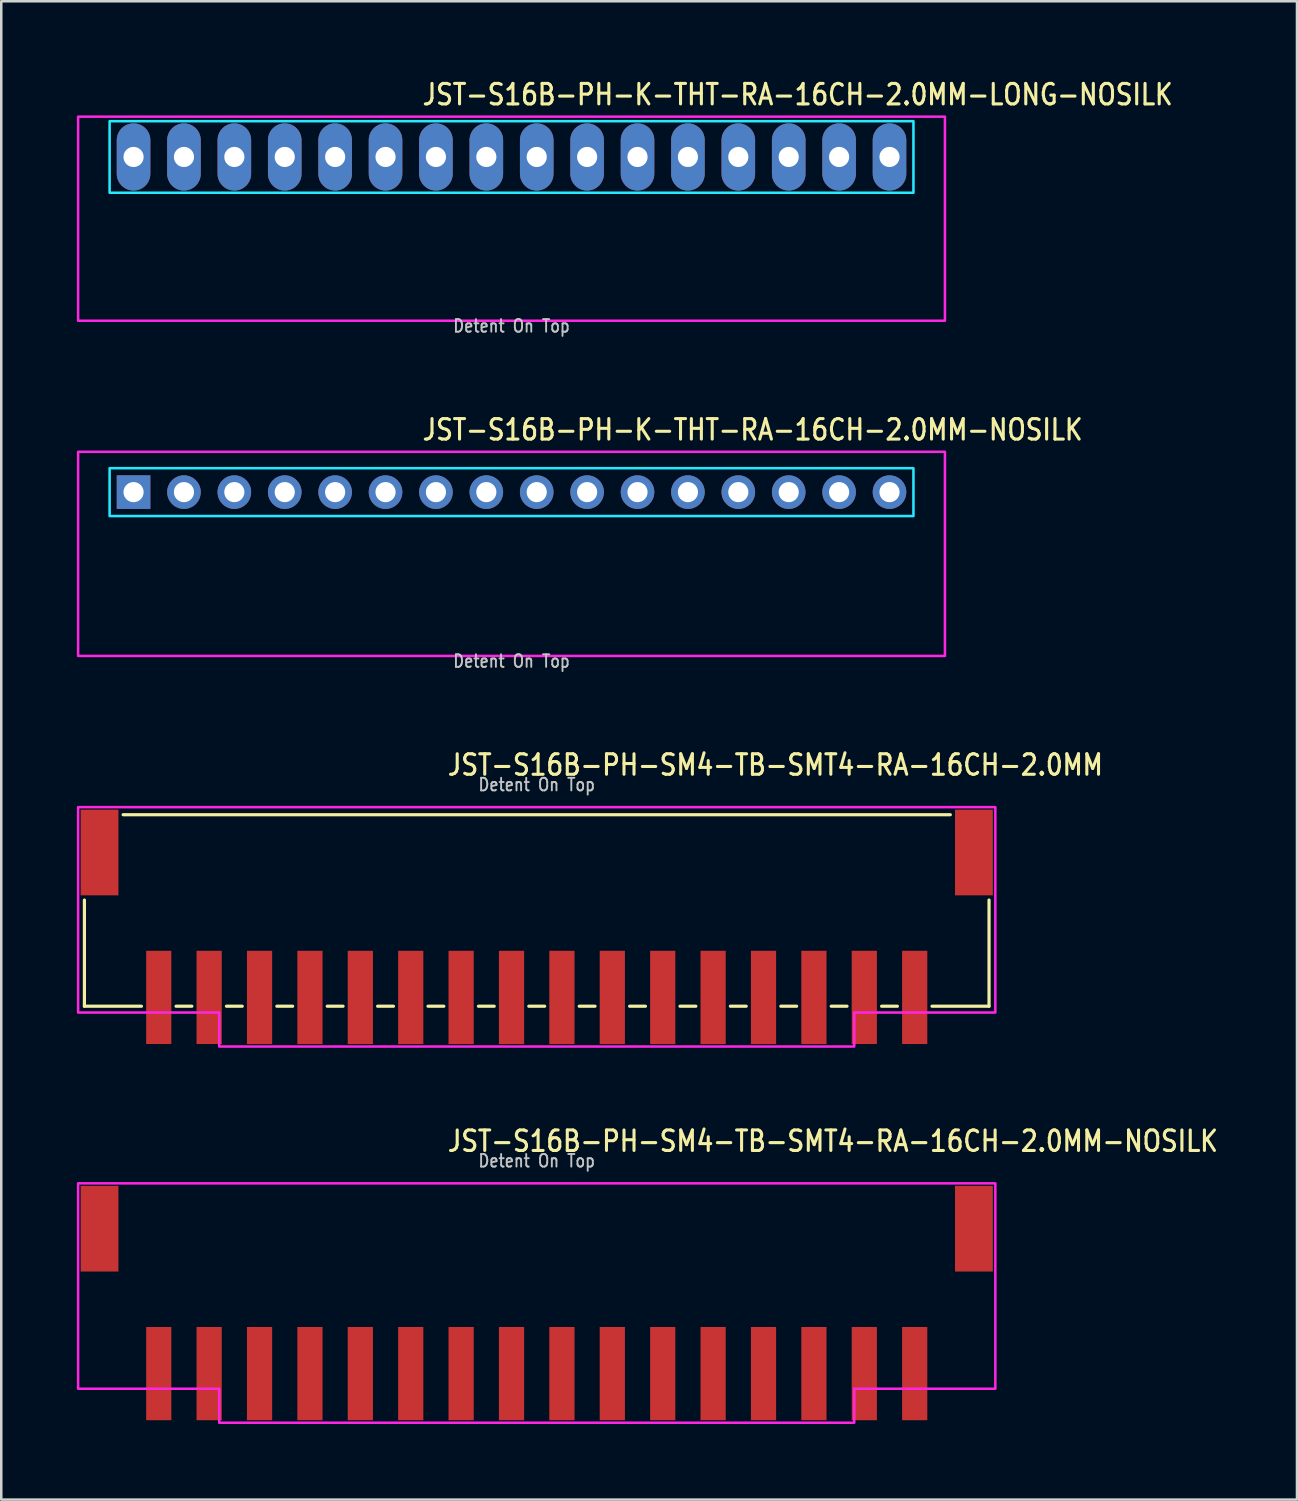
<source format=kicad_pcb>
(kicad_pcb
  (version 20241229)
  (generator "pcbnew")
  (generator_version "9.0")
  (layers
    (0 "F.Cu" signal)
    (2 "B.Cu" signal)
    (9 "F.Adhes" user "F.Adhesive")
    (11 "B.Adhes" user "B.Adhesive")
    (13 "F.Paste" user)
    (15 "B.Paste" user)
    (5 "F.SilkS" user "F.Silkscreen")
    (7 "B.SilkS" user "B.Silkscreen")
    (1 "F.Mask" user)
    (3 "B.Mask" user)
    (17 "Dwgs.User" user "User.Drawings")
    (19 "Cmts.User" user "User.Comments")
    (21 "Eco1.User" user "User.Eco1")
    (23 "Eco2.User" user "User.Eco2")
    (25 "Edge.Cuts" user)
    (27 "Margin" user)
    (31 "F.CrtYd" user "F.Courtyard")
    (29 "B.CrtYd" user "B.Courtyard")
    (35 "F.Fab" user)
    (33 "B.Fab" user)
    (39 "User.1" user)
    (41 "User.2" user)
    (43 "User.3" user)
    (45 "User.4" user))
  (footprint "JST-S16B-PH-SM4-TB-SMT4-RA-16CH-2.0MM"
    (layer "F.Cu")
    (at 18.25 30.782)
    (property "Reference" "JST-S16B-PH-SM4-TB-SMT4-RA-16CH-2.0MM" (at -3.6 -3 0) (unlocked yes) (layer "F.SilkS") (effects (font (size 0.813 0.695) (thickness 0.122)) (justify left bottom)))
    (fp_line (start -17.95 6.1) (end -17.95 1.887) (stroke (width 0.127) (type solid)) (layer "F.SilkS"))
    (fp_line (start -17.95 6.1) (end -15.687 6.1) (stroke (width 0.127) (type solid)) (layer "F.SilkS"))
    (fp_line (start -16.413 -1.5) (end 16.413 -1.5) (stroke (width 0.127) (type solid)) (layer "F.SilkS"))
    (fp_line (start -14.313 6.1) (end -13.687 6.1) (stroke (width 0.127) (type solid)) (layer "F.SilkS"))
    (fp_line (start -12.313 6.1) (end -11.687 6.1) (stroke (width 0.127) (type solid)) (layer "F.SilkS"))
    (fp_line (start -10.313 6.1) (end -9.687 6.1) (stroke (width 0.127) (type solid)) (layer "F.SilkS"))
    (fp_line (start -8.313 6.1) (end -7.686 6.1) (stroke (width 0.127) (type solid)) (layer "F.SilkS"))
    (fp_line (start -6.314 6.1) (end -5.686 6.1) (stroke (width 0.127) (type solid)) (layer "F.SilkS"))
    (fp_line (start -4.314 6.1) (end -3.687 6.1) (stroke (width 0.127) (type solid)) (layer "F.SilkS"))
    (fp_line (start -2.313 6.1) (end -1.687 6.1) (stroke (width 0.127) (type solid)) (layer "F.SilkS"))
    (fp_line (start -0.314 6.1) (end 0.314 6.1) (stroke (width 0.127) (type solid)) (layer "F.SilkS"))
    (fp_line (start 1.687 6.1) (end 2.313 6.1) (stroke (width 0.127) (type solid)) (layer "F.SilkS"))
    (fp_line (start 3.687 6.1) (end 4.314 6.1) (stroke (width 0.127) (type solid)) (layer "F.SilkS"))
    (fp_line (start 5.686 6.1) (end 6.314 6.1) (stroke (width 0.127) (type solid)) (layer "F.SilkS"))
    (fp_line (start 7.686 6.1) (end 8.313 6.1) (stroke (width 0.127) (type solid)) (layer "F.SilkS"))
    (fp_line (start 9.687 6.1) (end 10.313 6.1) (stroke (width 0.127) (type solid)) (layer "F.SilkS"))
    (fp_line (start 11.687 6.1) (end 12.313 6.1) (stroke (width 0.127) (type solid)) (layer "F.SilkS"))
    (fp_line (start 13.687 6.1) (end 14.313 6.1) (stroke (width 0.127) (type solid)) (layer "F.SilkS"))
    (fp_line (start 15.687 6.1) (end 17.95 6.1) (stroke (width 0.127) (type solid)) (layer "F.SilkS"))
    (fp_line (start 17.95 1.887) (end 17.95 6.1) (stroke (width 0.127) (type solid)) (layer "F.SilkS"))
    (fp_poly (pts (xy -18.2 -1.8) (xy -18.2 6.35) (xy -12.6 6.35) (xy -12.6 7.7) (xy 12.6 7.7) (xy 12.6 6.35) (xy 18.2 6.35) (xy 18.2 -1.8)) (stroke (width 0.1) (type solid)) (fill no) (layer "F.CrtYd"))
    (fp_text user "Detent On Top" (at 0 -2.4 0) (unlocked yes) (layer "Dwgs.User") (effects (font (size 0.5 0.427) (thickness 0.075)) (justify bottom)))
    (pad "1" smd rect (at 15 5.75) (size 1 3.7) (layers "F.Cu" "F.Mask" "F.Paste"))
    (pad "2" smd rect (at 13 5.75) (size 1 3.7) (layers "F.Cu" "F.Mask" "F.Paste"))
    (pad "3" smd rect (at 11 5.75) (size 1 3.7) (layers "F.Cu" "F.Mask" "F.Paste"))
    (pad "4" smd rect (at 9 5.75) (size 1 3.7) (layers "F.Cu" "F.Mask" "F.Paste"))
    (pad "5" smd rect (at 7 5.75) (size 1 3.7) (layers "F.Cu" "F.Mask" "F.Paste"))
    (pad "6" smd rect (at 5 5.75) (size 1 3.7) (layers "F.Cu" "F.Mask" "F.Paste"))
    (pad "7" smd rect (at 3 5.75) (size 1 3.7) (layers "F.Cu" "F.Mask" "F.Paste"))
    (pad "8" smd rect (at 1 5.75) (size 1 3.7) (layers "F.Cu" "F.Mask" "F.Paste"))
    (pad "9" smd rect (at -1 5.75) (size 1 3.7) (layers "F.Cu" "F.Mask" "F.Paste"))
    (pad "10" smd rect (at -3 5.75) (size 1 3.7) (layers "F.Cu" "F.Mask" "F.Paste"))
    (pad "11" smd rect (at -5 5.75) (size 1 3.7) (layers "F.Cu" "F.Mask" "F.Paste"))
    (pad "12" smd rect (at -7 5.75) (size 1 3.7) (layers "F.Cu" "F.Mask" "F.Paste"))
    (pad "13" smd rect (at -9 5.75) (size 1 3.7) (layers "F.Cu" "F.Mask" "F.Paste"))
    (pad "14" smd rect (at -11 5.75) (size 1 3.7) (layers "F.Cu" "F.Mask" "F.Paste"))
    (pad "15" smd rect (at -13 5.75) (size 1 3.7) (layers "F.Cu" "F.Mask" "F.Paste"))
    (pad "16" smd rect (at -15 5.75) (size 1 3.7) (layers "F.Cu" "F.Mask" "F.Paste"))
    (pad "S_1" smd rect (at -17.35 0) (size 1.5 3.4) (layers "F.Cu" "F.Mask" "F.Paste"))
    (pad "S_2" smd rect (at 17.35 0) (size 1.5 3.4) (layers "F.Cu" "F.Mask" "F.Paste")))
  (footprint "JST-S16B-PH-SM4-TB-SMT4-RA-16CH-2.0MM-NOSILK"
    (layer "F.Cu")
    (at 18.25 45.711)
    (property "Reference" "JST-S16B-PH-SM4-TB-SMT4-RA-16CH-2.0MM-NOSILK" (at -3.6 -3 0) (unlocked yes) (layer "F.SilkS") (effects (font (size 0.813 0.695) (thickness 0.122)) (justify left bottom)))
    (fp_poly (pts (xy -18.2 -1.8) (xy -18.2 6.35) (xy -12.6 6.35) (xy -12.6 7.7) (xy 12.6 7.7) (xy 12.6 6.35) (xy 18.2 6.35) (xy 18.2 -1.8)) (stroke (width 0.1) (type solid)) (fill no) (layer "F.CrtYd"))
    (fp_text user "Detent On Top" (at 0 -2.4 0) (unlocked yes) (layer "Dwgs.User") (effects (font (size 0.5 0.427) (thickness 0.075)) (justify bottom)))
    (pad "1" smd rect (at 15 5.75) (size 1 3.7) (layers "F.Cu" "F.Mask" "F.Paste"))
    (pad "2" smd rect (at 13 5.75) (size 1 3.7) (layers "F.Cu" "F.Mask" "F.Paste"))
    (pad "3" smd rect (at 11 5.75) (size 1 3.7) (layers "F.Cu" "F.Mask" "F.Paste"))
    (pad "4" smd rect (at 9 5.75) (size 1 3.7) (layers "F.Cu" "F.Mask" "F.Paste"))
    (pad "5" smd rect (at 7 5.75) (size 1 3.7) (layers "F.Cu" "F.Mask" "F.Paste"))
    (pad "6" smd rect (at 5 5.75) (size 1 3.7) (layers "F.Cu" "F.Mask" "F.Paste"))
    (pad "7" smd rect (at 3 5.75) (size 1 3.7) (layers "F.Cu" "F.Mask" "F.Paste"))
    (pad "8" smd rect (at 1 5.75) (size 1 3.7) (layers "F.Cu" "F.Mask" "F.Paste"))
    (pad "9" smd rect (at -1 5.75) (size 1 3.7) (layers "F.Cu" "F.Mask" "F.Paste"))
    (pad "10" smd rect (at -3 5.75) (size 1 3.7) (layers "F.Cu" "F.Mask" "F.Paste"))
    (pad "11" smd rect (at -5 5.75) (size 1 3.7) (layers "F.Cu" "F.Mask" "F.Paste"))
    (pad "12" smd rect (at -7 5.75) (size 1 3.7) (layers "F.Cu" "F.Mask" "F.Paste"))
    (pad "13" smd rect (at -9 5.75) (size 1 3.7) (layers "F.Cu" "F.Mask" "F.Paste"))
    (pad "14" smd rect (at -11 5.75) (size 1 3.7) (layers "F.Cu" "F.Mask" "F.Paste"))
    (pad "15" smd rect (at -13 5.75) (size 1 3.7) (layers "F.Cu" "F.Mask" "F.Paste"))
    (pad "16" smd rect (at -15 5.75) (size 1 3.7) (layers "F.Cu" "F.Mask" "F.Paste"))
    (pad "S_1" smd rect (at -17.35 0) (size 1.5 3.4) (layers "F.Cu" "F.Mask" "F.Paste"))
    (pad "S_2" smd rect (at 17.35 0) (size 1.5 3.4) (layers "F.Cu" "F.Mask" "F.Paste")))
  (footprint "JST-S16B-PH-K-THT-RA-16CH-2.0MM-LONG-NOSILK"
    (layer "F.Cu")
    (at 17.25 3.179)
    (property "Reference" "JST-S16B-PH-K-THT-RA-16CH-2.0MM-LONG-NOSILK" (at -3.6 -2 0) (unlocked yes) (layer "F.SilkS") (effects (font (size 0.813 0.695) (thickness 0.122)) (justify left bottom)))
    (fp_poly (pts (xy -15.95 -1.42) (xy -15.95 1.42) (xy 15.95 1.42) (xy 15.95 -1.42)) (stroke (width 0.1) (type solid)) (fill no) (layer "B.CrtYd"))
    (fp_poly (pts (xy -17.2 -1.6) (xy -17.2 6.5) (xy 17.2 6.5) (xy 17.2 -1.6)) (stroke (width 0.1) (type solid)) (fill no) (layer "F.CrtYd"))
    (fp_text user "Detent On Top" (at 0 7 0) (unlocked yes) (layer "Dwgs.User") (effects (font (size 0.5 0.427) (thickness 0.075)) (justify bottom)))
    (pad "1" thru_hole oval (at -15 0 90) (size 2.667 1.333) (drill 0.8) (layers "*.Cu" "*.Mask"))
    (pad "2" thru_hole oval (at -13 0 90) (size 2.667 1.333) (drill 0.8) (layers "*.Cu" "*.Mask"))
    (pad "3" thru_hole oval (at -11 0 90) (size 2.667 1.333) (drill 0.8) (layers "*.Cu" "*.Mask"))
    (pad "4" thru_hole oval (at -9 0 90) (size 2.667 1.333) (drill 0.8) (layers "*.Cu" "*.Mask"))
    (pad "5" thru_hole oval (at -7 0 90) (size 2.667 1.333) (drill 0.8) (layers "*.Cu" "*.Mask"))
    (pad "6" thru_hole oval (at -5 0 90) (size 2.667 1.333) (drill 0.8) (layers "*.Cu" "*.Mask"))
    (pad "7" thru_hole oval (at -3 0 90) (size 2.667 1.333) (drill 0.8) (layers "*.Cu" "*.Mask"))
    (pad "8" thru_hole oval (at -1 0 90) (size 2.667 1.333) (drill 0.8) (layers "*.Cu" "*.Mask"))
    (pad "9" thru_hole oval (at 1 0 90) (size 2.667 1.333) (drill 0.8) (layers "*.Cu" "*.Mask"))
    (pad "10" thru_hole oval (at 3 0 90) (size 2.667 1.333) (drill 0.8) (layers "*.Cu" "*.Mask"))
    (pad "11" thru_hole oval (at 5 0 90) (size 2.667 1.333) (drill 0.8) (layers "*.Cu" "*.Mask"))
    (pad "12" thru_hole oval (at 7 0 90) (size 2.667 1.333) (drill 0.8) (layers "*.Cu" "*.Mask"))
    (pad "13" thru_hole oval (at 9 0 90) (size 2.667 1.333) (drill 0.8) (layers "*.Cu" "*.Mask"))
    (pad "14" thru_hole oval (at 11 0 90) (size 2.667 1.333) (drill 0.8) (layers "*.Cu" "*.Mask"))
    (pad "15" thru_hole oval (at 13 0 90) (size 2.667 1.333) (drill 0.8) (layers "*.Cu" "*.Mask"))
    (pad "16" thru_hole oval (at 15 0 90) (size 2.667 1.333) (drill 0.8) (layers "*.Cu" "*.Mask")))
  (footprint "JST-S16B-PH-K-THT-RA-16CH-2.0MM-NOSILK"
    (layer "F.Cu")
    (at 17.25 16.48)
    (property "Reference" "JST-S16B-PH-K-THT-RA-16CH-2.0MM-NOSILK" (at -3.6 -2 0) (unlocked yes) (layer "F.SilkS") (effects (font (size 0.813 0.695) (thickness 0.122)) (justify left bottom)))
    (fp_poly (pts (xy -15.95 -0.95) (xy -15.95 0.95) (xy 15.95 0.95) (xy 15.95 -0.95)) (stroke (width 0.1) (type solid)) (fill no) (layer "B.CrtYd"))
    (fp_poly (pts (xy -17.2 -1.6) (xy -17.2 6.5) (xy 17.2 6.5) (xy 17.2 -1.6)) (stroke (width 0.1) (type solid)) (fill no) (layer "F.CrtYd"))
    (fp_text user "Detent On Top" (at 0 7 0) (unlocked yes) (layer "Dwgs.User") (effects (font (size 0.5 0.427) (thickness 0.075)) (justify bottom)))
    (pad "1" thru_hole rect (at -15 0) (size 1.333 1.333) (drill 0.8) (layers "*.Cu" "*.Mask"))
    (pad "2" thru_hole oval (at -13 0) (size 1.333 1.333) (drill 0.8) (layers "*.Cu" "*.Mask"))
    (pad "3" thru_hole oval (at -11 0) (size 1.333 1.333) (drill 0.8) (layers "*.Cu" "*.Mask"))
    (pad "4" thru_hole oval (at -9 0) (size 1.333 1.333) (drill 0.8) (layers "*.Cu" "*.Mask"))
    (pad "5" thru_hole oval (at -7 0) (size 1.333 1.333) (drill 0.8) (layers "*.Cu" "*.Mask"))
    (pad "6" thru_hole oval (at -5 0) (size 1.333 1.333) (drill 0.8) (layers "*.Cu" "*.Mask"))
    (pad "7" thru_hole oval (at -3 0) (size 1.333 1.333) (drill 0.8) (layers "*.Cu" "*.Mask"))
    (pad "8" thru_hole oval (at -1 0) (size 1.333 1.333) (drill 0.8) (layers "*.Cu" "*.Mask"))
    (pad "9" thru_hole oval (at 1 0) (size 1.333 1.333) (drill 0.8) (layers "*.Cu" "*.Mask"))
    (pad "10" thru_hole oval (at 3 0) (size 1.333 1.333) (drill 0.8) (layers "*.Cu" "*.Mask"))
    (pad "11" thru_hole oval (at 5 0) (size 1.333 1.333) (drill 0.8) (layers "*.Cu" "*.Mask"))
    (pad "12" thru_hole oval (at 7 0) (size 1.333 1.333) (drill 0.8) (layers "*.Cu" "*.Mask"))
    (pad "13" thru_hole oval (at 9 0) (size 1.333 1.333) (drill 0.8) (layers "*.Cu" "*.Mask"))
    (pad "14" thru_hole oval (at 11 0) (size 1.333 1.333) (drill 0.8) (layers "*.Cu" "*.Mask"))
    (pad "15" thru_hole oval (at 13 0) (size 1.333 1.333) (drill 0.8) (layers "*.Cu" "*.Mask"))
    (pad "16" thru_hole oval (at 15 0) (size 1.333 1.333) (drill 0.8) (layers "*.Cu" "*.Mask")))
  (gr_rect
    (start -3 -3)
    (end 48.421 56.461)
    (stroke (width 0.1) (type default))
    (fill no)
    (layer "Edge.Cuts")))
</source>
